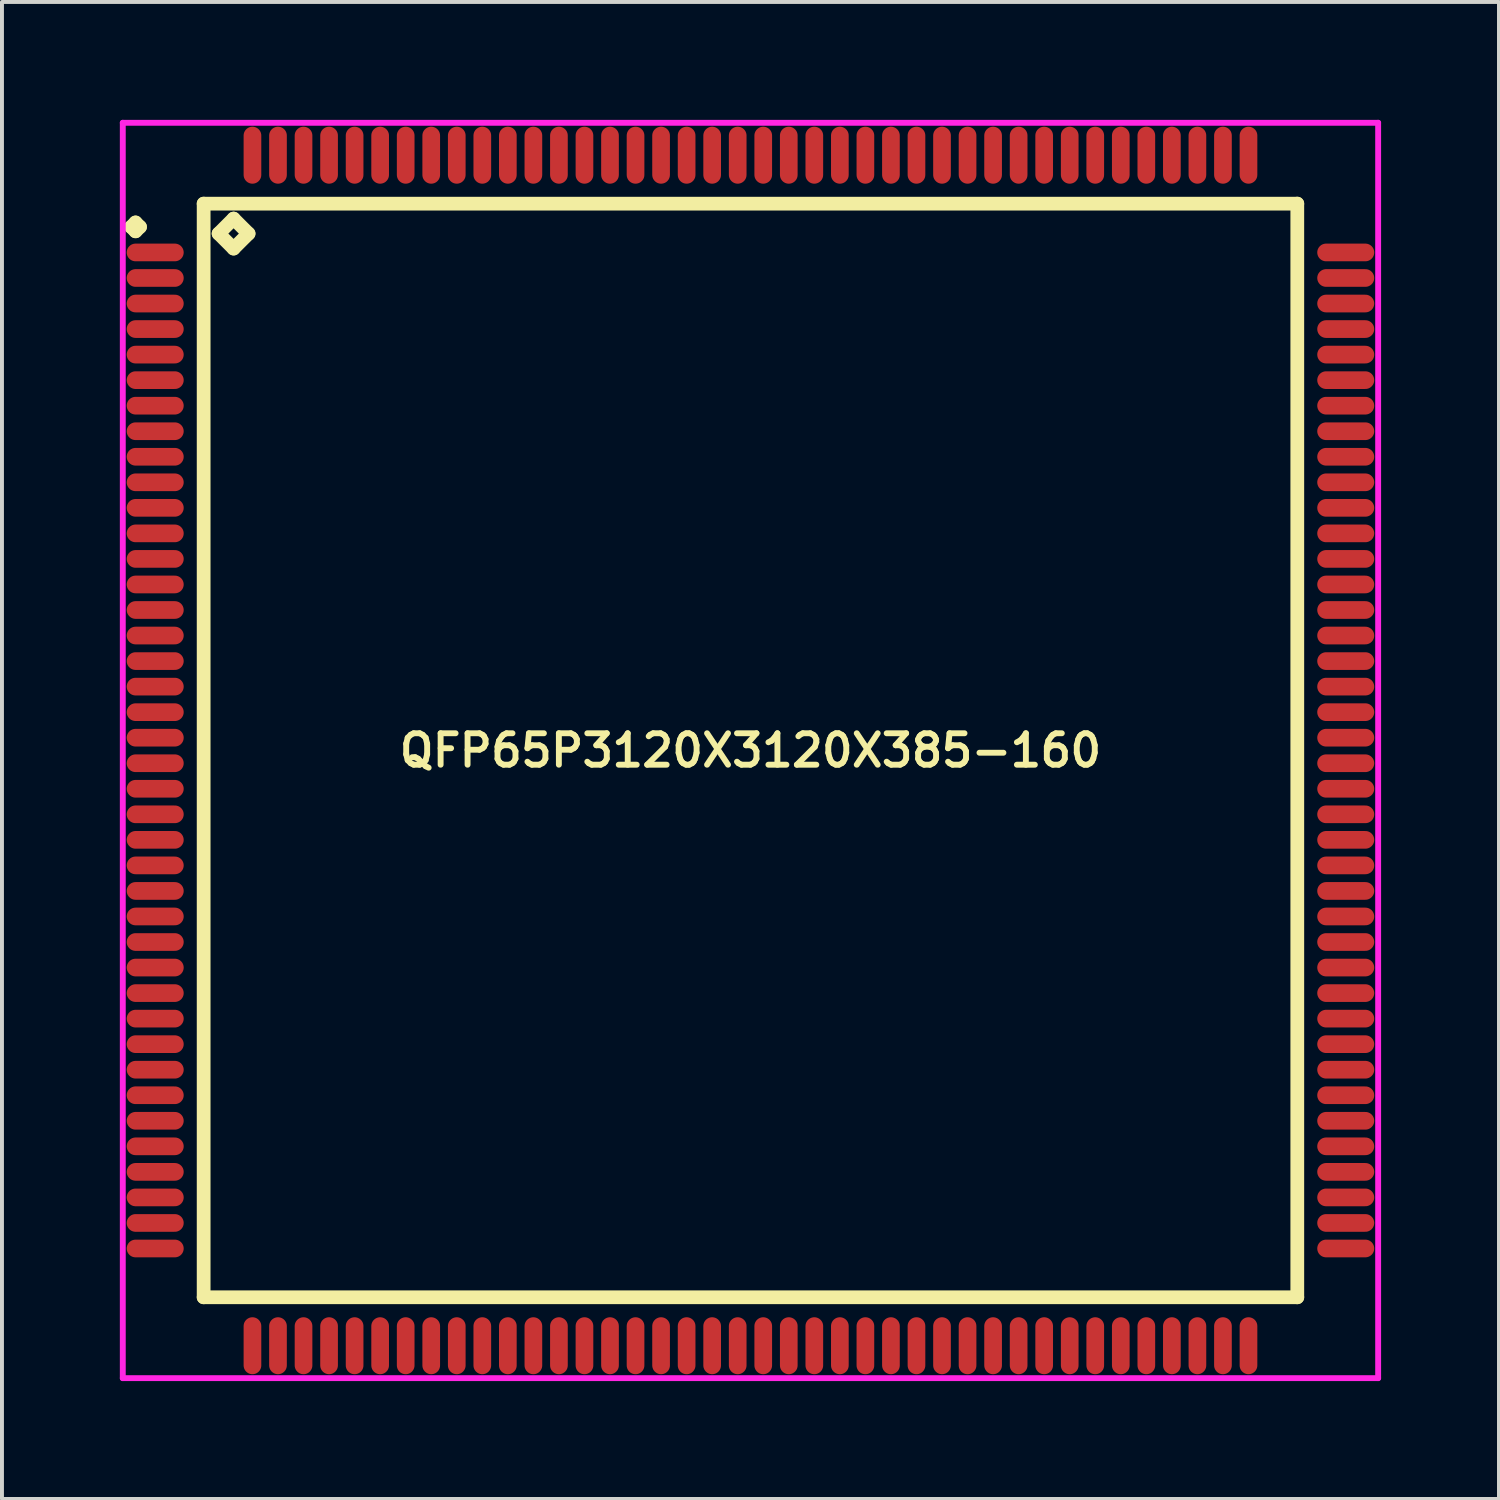
<source format=kicad_pcb>
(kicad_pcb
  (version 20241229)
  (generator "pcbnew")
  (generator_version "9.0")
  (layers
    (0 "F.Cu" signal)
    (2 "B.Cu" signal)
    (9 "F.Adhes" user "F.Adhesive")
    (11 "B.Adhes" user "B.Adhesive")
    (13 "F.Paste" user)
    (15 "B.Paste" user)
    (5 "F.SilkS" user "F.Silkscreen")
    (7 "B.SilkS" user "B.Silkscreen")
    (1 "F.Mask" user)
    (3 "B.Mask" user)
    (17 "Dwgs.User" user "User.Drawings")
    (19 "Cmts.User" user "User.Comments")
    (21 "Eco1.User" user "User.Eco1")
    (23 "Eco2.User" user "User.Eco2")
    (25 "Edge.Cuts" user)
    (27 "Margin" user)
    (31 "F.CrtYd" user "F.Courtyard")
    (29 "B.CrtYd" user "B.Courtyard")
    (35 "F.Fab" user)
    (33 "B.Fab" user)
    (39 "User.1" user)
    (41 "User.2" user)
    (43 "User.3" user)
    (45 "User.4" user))
  (footprint "QFP65P3120X3120X385-160"
    (layer "F.Cu")
    (at 16.05 16.05)
    (property "Reference" "QFP65P3120X3120X385-160" (at 0 0 0) (layer "F.SilkS") (effects (font (size 0.8 0.8) (thickness 0.15))))
    (attr smd)
    (fp_line (start -15.762 -13.325) (end -15.65 -13.438) (stroke (width 0.35) (type solid)) (layer "F.SilkS"))
    (fp_line (start -15.65 -13.438) (end -15.537 -13.325) (stroke (width 0.35) (type solid)) (layer "F.SilkS"))
    (fp_line (start -15.65 -13.213) (end -15.762 -13.325) (stroke (width 0.35) (type solid)) (layer "F.SilkS"))
    (fp_line (start -15.537 -13.325) (end -15.65 -13.213) (stroke (width 0.35) (type solid)) (layer "F.SilkS"))
    (fp_line (start -13.917 -13.917) (end -13.917 13.917) (stroke (width 0.35) (type solid)) (layer "F.SilkS"))
    (fp_line (start -13.917 13.917) (end 13.917 13.917) (stroke (width 0.35) (type solid)) (layer "F.SilkS"))
    (fp_line (start -13.536 -13.155) (end -13.155 -13.536) (stroke (width 0.35) (type solid)) (layer "F.SilkS"))
    (fp_line (start -13.155 -13.536) (end -12.774 -13.155) (stroke (width 0.35) (type solid)) (layer "F.SilkS"))
    (fp_line (start -13.155 -12.774) (end -13.536 -13.155) (stroke (width 0.35) (type solid)) (layer "F.SilkS"))
    (fp_line (start -12.774 -13.155) (end -13.155 -12.774) (stroke (width 0.35) (type solid)) (layer "F.SilkS"))
    (fp_line (start 13.917 -13.917) (end -13.917 -13.917) (stroke (width 0.35) (type solid)) (layer "F.SilkS"))
    (fp_line (start 13.917 13.917) (end 13.917 -13.917) (stroke (width 0.35) (type solid)) (layer "F.SilkS"))
    (fp_line (start -15.975 -15.975) (end 15.975 -15.975) (stroke (width 0.15) (type solid)) (layer "F.CrtYd"))
    (fp_line (start -15.975 15.975) (end -15.975 -15.975) (stroke (width 0.15) (type solid)) (layer "F.CrtYd"))
    (fp_line (start 15.975 -15.975) (end 15.975 15.975) (stroke (width 0.15) (type solid)) (layer "F.CrtYd"))
    (fp_line (start 15.975 15.975) (end -15.975 15.975) (stroke (width 0.15) (type solid)) (layer "F.CrtYd"))
    (pad "1" smd oval (at -15.15 -12.675) (size 1.45 0.45) (layers "F.Cu" "F.Mask" "F.Paste"))
    (pad "2" smd oval (at -15.15 -12.025) (size 1.45 0.45) (layers "F.Cu" "F.Mask" "F.Paste"))
    (pad "3" smd oval (at -15.15 -11.375) (size 1.45 0.45) (layers "F.Cu" "F.Mask" "F.Paste"))
    (pad "4" smd oval (at -15.15 -10.725) (size 1.45 0.45) (layers "F.Cu" "F.Mask" "F.Paste"))
    (pad "5" smd oval (at -15.15 -10.075) (size 1.45 0.45) (layers "F.Cu" "F.Mask" "F.Paste"))
    (pad "6" smd oval (at -15.15 -9.425) (size 1.45 0.45) (layers "F.Cu" "F.Mask" "F.Paste"))
    (pad "7" smd oval (at -15.15 -8.775) (size 1.45 0.45) (layers "F.Cu" "F.Mask" "F.Paste"))
    (pad "8" smd oval (at -15.15 -8.125) (size 1.45 0.45) (layers "F.Cu" "F.Mask" "F.Paste"))
    (pad "9" smd oval (at -15.15 -7.475) (size 1.45 0.45) (layers "F.Cu" "F.Mask" "F.Paste"))
    (pad "10" smd oval (at -15.15 -6.825) (size 1.45 0.45) (layers "F.Cu" "F.Mask" "F.Paste"))
    (pad "11" smd oval (at -15.15 -6.175) (size 1.45 0.45) (layers "F.Cu" "F.Mask" "F.Paste"))
    (pad "12" smd oval (at -15.15 -5.525) (size 1.45 0.45) (layers "F.Cu" "F.Mask" "F.Paste"))
    (pad "13" smd oval (at -15.15 -4.875) (size 1.45 0.45) (layers "F.Cu" "F.Mask" "F.Paste"))
    (pad "14" smd oval (at -15.15 -4.225) (size 1.45 0.45) (layers "F.Cu" "F.Mask" "F.Paste"))
    (pad "15" smd oval (at -15.15 -3.575) (size 1.45 0.45) (layers "F.Cu" "F.Mask" "F.Paste"))
    (pad "16" smd oval (at -15.15 -2.925) (size 1.45 0.45) (layers "F.Cu" "F.Mask" "F.Paste"))
    (pad "17" smd oval (at -15.15 -2.275) (size 1.45 0.45) (layers "F.Cu" "F.Mask" "F.Paste"))
    (pad "18" smd oval (at -15.15 -1.625) (size 1.45 0.45) (layers "F.Cu" "F.Mask" "F.Paste"))
    (pad "19" smd oval (at -15.15 -0.975) (size 1.45 0.45) (layers "F.Cu" "F.Mask" "F.Paste"))
    (pad "20" smd oval (at -15.15 -0.325) (size 1.45 0.45) (layers "F.Cu" "F.Mask" "F.Paste"))
    (pad "21" smd oval (at -15.15 0.325) (size 1.45 0.45) (layers "F.Cu" "F.Mask" "F.Paste"))
    (pad "22" smd oval (at -15.15 0.975) (size 1.45 0.45) (layers "F.Cu" "F.Mask" "F.Paste"))
    (pad "23" smd oval (at -15.15 1.625) (size 1.45 0.45) (layers "F.Cu" "F.Mask" "F.Paste"))
    (pad "24" smd oval (at -15.15 2.275) (size 1.45 0.45) (layers "F.Cu" "F.Mask" "F.Paste"))
    (pad "25" smd oval (at -15.15 2.925) (size 1.45 0.45) (layers "F.Cu" "F.Mask" "F.Paste"))
    (pad "26" smd oval (at -15.15 3.575) (size 1.45 0.45) (layers "F.Cu" "F.Mask" "F.Paste"))
    (pad "27" smd oval (at -15.15 4.225) (size 1.45 0.45) (layers "F.Cu" "F.Mask" "F.Paste"))
    (pad "28" smd oval (at -15.15 4.875) (size 1.45 0.45) (layers "F.Cu" "F.Mask" "F.Paste"))
    (pad "29" smd oval (at -15.15 5.525) (size 1.45 0.45) (layers "F.Cu" "F.Mask" "F.Paste"))
    (pad "30" smd oval (at -15.15 6.175) (size 1.45 0.45) (layers "F.Cu" "F.Mask" "F.Paste"))
    (pad "31" smd oval (at -15.15 6.825) (size 1.45 0.45) (layers "F.Cu" "F.Mask" "F.Paste"))
    (pad "32" smd oval (at -15.15 7.475) (size 1.45 0.45) (layers "F.Cu" "F.Mask" "F.Paste"))
    (pad "33" smd oval (at -15.15 8.125) (size 1.45 0.45) (layers "F.Cu" "F.Mask" "F.Paste"))
    (pad "34" smd oval (at -15.15 8.775) (size 1.45 0.45) (layers "F.Cu" "F.Mask" "F.Paste"))
    (pad "35" smd oval (at -15.15 9.425) (size 1.45 0.45) (layers "F.Cu" "F.Mask" "F.Paste"))
    (pad "36" smd oval (at -15.15 10.075) (size 1.45 0.45) (layers "F.Cu" "F.Mask" "F.Paste"))
    (pad "37" smd oval (at -15.15 10.725) (size 1.45 0.45) (layers "F.Cu" "F.Mask" "F.Paste"))
    (pad "38" smd oval (at -15.15 11.375) (size 1.45 0.45) (layers "F.Cu" "F.Mask" "F.Paste"))
    (pad "39" smd oval (at -15.15 12.025) (size 1.45 0.45) (layers "F.Cu" "F.Mask" "F.Paste"))
    (pad "40" smd oval (at -15.15 12.675) (size 1.45 0.45) (layers "F.Cu" "F.Mask" "F.Paste"))
    (pad "41" smd oval (at -12.675 15.15) (size 0.45 1.45) (layers "F.Cu" "F.Mask" "F.Paste"))
    (pad "42" smd oval (at -12.025 15.15) (size 0.45 1.45) (layers "F.Cu" "F.Mask" "F.Paste"))
    (pad "43" smd oval (at -11.375 15.15) (size 0.45 1.45) (layers "F.Cu" "F.Mask" "F.Paste"))
    (pad "44" smd oval (at -10.725 15.15) (size 0.45 1.45) (layers "F.Cu" "F.Mask" "F.Paste"))
    (pad "45" smd oval (at -10.075 15.15) (size 0.45 1.45) (layers "F.Cu" "F.Mask" "F.Paste"))
    (pad "46" smd oval (at -9.425 15.15) (size 0.45 1.45) (layers "F.Cu" "F.Mask" "F.Paste"))
    (pad "47" smd oval (at -8.775 15.15) (size 0.45 1.45) (layers "F.Cu" "F.Mask" "F.Paste"))
    (pad "48" smd oval (at -8.125 15.15) (size 0.45 1.45) (layers "F.Cu" "F.Mask" "F.Paste"))
    (pad "49" smd oval (at -7.475 15.15) (size 0.45 1.45) (layers "F.Cu" "F.Mask" "F.Paste"))
    (pad "50" smd oval (at -6.825 15.15) (size 0.45 1.45) (layers "F.Cu" "F.Mask" "F.Paste"))
    (pad "51" smd oval (at -6.175 15.15) (size 0.45 1.45) (layers "F.Cu" "F.Mask" "F.Paste"))
    (pad "52" smd oval (at -5.525 15.15) (size 0.45 1.45) (layers "F.Cu" "F.Mask" "F.Paste"))
    (pad "53" smd oval (at -4.875 15.15) (size 0.45 1.45) (layers "F.Cu" "F.Mask" "F.Paste"))
    (pad "54" smd oval (at -4.225 15.15) (size 0.45 1.45) (layers "F.Cu" "F.Mask" "F.Paste"))
    (pad "55" smd oval (at -3.575 15.15) (size 0.45 1.45) (layers "F.Cu" "F.Mask" "F.Paste"))
    (pad "56" smd oval (at -2.925 15.15) (size 0.45 1.45) (layers "F.Cu" "F.Mask" "F.Paste"))
    (pad "57" smd oval (at -2.275 15.15) (size 0.45 1.45) (layers "F.Cu" "F.Mask" "F.Paste"))
    (pad "58" smd oval (at -1.625 15.15) (size 0.45 1.45) (layers "F.Cu" "F.Mask" "F.Paste"))
    (pad "59" smd oval (at -0.975 15.15) (size 0.45 1.45) (layers "F.Cu" "F.Mask" "F.Paste"))
    (pad "60" smd oval (at -0.325 15.15) (size 0.45 1.45) (layers "F.Cu" "F.Mask" "F.Paste"))
    (pad "61" smd oval (at 0.325 15.15) (size 0.45 1.45) (layers "F.Cu" "F.Mask" "F.Paste"))
    (pad "62" smd oval (at 0.975 15.15) (size 0.45 1.45) (layers "F.Cu" "F.Mask" "F.Paste"))
    (pad "63" smd oval (at 1.625 15.15) (size 0.45 1.45) (layers "F.Cu" "F.Mask" "F.Paste"))
    (pad "64" smd oval (at 2.275 15.15) (size 0.45 1.45) (layers "F.Cu" "F.Mask" "F.Paste"))
    (pad "65" smd oval (at 2.925 15.15) (size 0.45 1.45) (layers "F.Cu" "F.Mask" "F.Paste"))
    (pad "66" smd oval (at 3.575 15.15) (size 0.45 1.45) (layers "F.Cu" "F.Mask" "F.Paste"))
    (pad "67" smd oval (at 4.225 15.15) (size 0.45 1.45) (layers "F.Cu" "F.Mask" "F.Paste"))
    (pad "68" smd oval (at 4.875 15.15) (size 0.45 1.45) (layers "F.Cu" "F.Mask" "F.Paste"))
    (pad "69" smd oval (at 5.525 15.15) (size 0.45 1.45) (layers "F.Cu" "F.Mask" "F.Paste"))
    (pad "70" smd oval (at 6.175 15.15) (size 0.45 1.45) (layers "F.Cu" "F.Mask" "F.Paste"))
    (pad "71" smd oval (at 6.825 15.15) (size 0.45 1.45) (layers "F.Cu" "F.Mask" "F.Paste"))
    (pad "72" smd oval (at 7.475 15.15) (size 0.45 1.45) (layers "F.Cu" "F.Mask" "F.Paste"))
    (pad "73" smd oval (at 8.125 15.15) (size 0.45 1.45) (layers "F.Cu" "F.Mask" "F.Paste"))
    (pad "74" smd oval (at 8.775 15.15) (size 0.45 1.45) (layers "F.Cu" "F.Mask" "F.Paste"))
    (pad "75" smd oval (at 9.425 15.15) (size 0.45 1.45) (layers "F.Cu" "F.Mask" "F.Paste"))
    (pad "76" smd oval (at 10.075 15.15) (size 0.45 1.45) (layers "F.Cu" "F.Mask" "F.Paste"))
    (pad "77" smd oval (at 10.725 15.15) (size 0.45 1.45) (layers "F.Cu" "F.Mask" "F.Paste"))
    (pad "78" smd oval (at 11.375 15.15) (size 0.45 1.45) (layers "F.Cu" "F.Mask" "F.Paste"))
    (pad "79" smd oval (at 12.025 15.15) (size 0.45 1.45) (layers "F.Cu" "F.Mask" "F.Paste"))
    (pad "80" smd oval (at 12.675 15.15) (size 0.45 1.45) (layers "F.Cu" "F.Mask" "F.Paste"))
    (pad "81" smd oval (at 15.15 12.675) (size 1.45 0.45) (layers "F.Cu" "F.Mask" "F.Paste"))
    (pad "82" smd oval (at 15.15 12.025) (size 1.45 0.45) (layers "F.Cu" "F.Mask" "F.Paste"))
    (pad "83" smd oval (at 15.15 11.375) (size 1.45 0.45) (layers "F.Cu" "F.Mask" "F.Paste"))
    (pad "84" smd oval (at 15.15 10.725) (size 1.45 0.45) (layers "F.Cu" "F.Mask" "F.Paste"))
    (pad "85" smd oval (at 15.15 10.075) (size 1.45 0.45) (layers "F.Cu" "F.Mask" "F.Paste"))
    (pad "86" smd oval (at 15.15 9.425) (size 1.45 0.45) (layers "F.Cu" "F.Mask" "F.Paste"))
    (pad "87" smd oval (at 15.15 8.775) (size 1.45 0.45) (layers "F.Cu" "F.Mask" "F.Paste"))
    (pad "88" smd oval (at 15.15 8.125) (size 1.45 0.45) (layers "F.Cu" "F.Mask" "F.Paste"))
    (pad "89" smd oval (at 15.15 7.475) (size 1.45 0.45) (layers "F.Cu" "F.Mask" "F.Paste"))
    (pad "90" smd oval (at 15.15 6.825) (size 1.45 0.45) (layers "F.Cu" "F.Mask" "F.Paste"))
    (pad "91" smd oval (at 15.15 6.175) (size 1.45 0.45) (layers "F.Cu" "F.Mask" "F.Paste"))
    (pad "92" smd oval (at 15.15 5.525) (size 1.45 0.45) (layers "F.Cu" "F.Mask" "F.Paste"))
    (pad "93" smd oval (at 15.15 4.875) (size 1.45 0.45) (layers "F.Cu" "F.Mask" "F.Paste"))
    (pad "94" smd oval (at 15.15 4.225) (size 1.45 0.45) (layers "F.Cu" "F.Mask" "F.Paste"))
    (pad "95" smd oval (at 15.15 3.575) (size 1.45 0.45) (layers "F.Cu" "F.Mask" "F.Paste"))
    (pad "96" smd oval (at 15.15 2.925) (size 1.45 0.45) (layers "F.Cu" "F.Mask" "F.Paste"))
    (pad "97" smd oval (at 15.15 2.275) (size 1.45 0.45) (layers "F.Cu" "F.Mask" "F.Paste"))
    (pad "98" smd oval (at 15.15 1.625) (size 1.45 0.45) (layers "F.Cu" "F.Mask" "F.Paste"))
    (pad "99" smd oval (at 15.15 0.975) (size 1.45 0.45) (layers "F.Cu" "F.Mask" "F.Paste"))
    (pad "100" smd oval (at 15.15 0.325) (size 1.45 0.45) (layers "F.Cu" "F.Mask" "F.Paste"))
    (pad "101" smd oval (at 15.15 -0.325) (size 1.45 0.45) (layers "F.Cu" "F.Mask" "F.Paste"))
    (pad "102" smd oval (at 15.15 -0.975) (size 1.45 0.45) (layers "F.Cu" "F.Mask" "F.Paste"))
    (pad "103" smd oval (at 15.15 -1.625) (size 1.45 0.45) (layers "F.Cu" "F.Mask" "F.Paste"))
    (pad "104" smd oval (at 15.15 -2.275) (size 1.45 0.45) (layers "F.Cu" "F.Mask" "F.Paste"))
    (pad "105" smd oval (at 15.15 -2.925) (size 1.45 0.45) (layers "F.Cu" "F.Mask" "F.Paste"))
    (pad "106" smd oval (at 15.15 -3.575) (size 1.45 0.45) (layers "F.Cu" "F.Mask" "F.Paste"))
    (pad "107" smd oval (at 15.15 -4.225) (size 1.45 0.45) (layers "F.Cu" "F.Mask" "F.Paste"))
    (pad "108" smd oval (at 15.15 -4.875) (size 1.45 0.45) (layers "F.Cu" "F.Mask" "F.Paste"))
    (pad "109" smd oval (at 15.15 -5.525) (size 1.45 0.45) (layers "F.Cu" "F.Mask" "F.Paste"))
    (pad "110" smd oval (at 15.15 -6.175) (size 1.45 0.45) (layers "F.Cu" "F.Mask" "F.Paste"))
    (pad "111" smd oval (at 15.15 -6.825) (size 1.45 0.45) (layers "F.Cu" "F.Mask" "F.Paste"))
    (pad "112" smd oval (at 15.15 -7.475) (size 1.45 0.45) (layers "F.Cu" "F.Mask" "F.Paste"))
    (pad "113" smd oval (at 15.15 -8.125) (size 1.45 0.45) (layers "F.Cu" "F.Mask" "F.Paste"))
    (pad "114" smd oval (at 15.15 -8.775) (size 1.45 0.45) (layers "F.Cu" "F.Mask" "F.Paste"))
    (pad "115" smd oval (at 15.15 -9.425) (size 1.45 0.45) (layers "F.Cu" "F.Mask" "F.Paste"))
    (pad "116" smd oval (at 15.15 -10.075) (size 1.45 0.45) (layers "F.Cu" "F.Mask" "F.Paste"))
    (pad "117" smd oval (at 15.15 -10.725) (size 1.45 0.45) (layers "F.Cu" "F.Mask" "F.Paste"))
    (pad "118" smd oval (at 15.15 -11.375) (size 1.45 0.45) (layers "F.Cu" "F.Mask" "F.Paste"))
    (pad "119" smd oval (at 15.15 -12.025) (size 1.45 0.45) (layers "F.Cu" "F.Mask" "F.Paste"))
    (pad "120" smd oval (at 15.15 -12.675) (size 1.45 0.45) (layers "F.Cu" "F.Mask" "F.Paste"))
    (pad "121" smd oval (at 12.675 -15.15) (size 0.45 1.45) (layers "F.Cu" "F.Mask" "F.Paste"))
    (pad "122" smd oval (at 12.025 -15.15) (size 0.45 1.45) (layers "F.Cu" "F.Mask" "F.Paste"))
    (pad "123" smd oval (at 11.375 -15.15) (size 0.45 1.45) (layers "F.Cu" "F.Mask" "F.Paste"))
    (pad "124" smd oval (at 10.725 -15.15) (size 0.45 1.45) (layers "F.Cu" "F.Mask" "F.Paste"))
    (pad "125" smd oval (at 10.075 -15.15) (size 0.45 1.45) (layers "F.Cu" "F.Mask" "F.Paste"))
    (pad "126" smd oval (at 9.425 -15.15) (size 0.45 1.45) (layers "F.Cu" "F.Mask" "F.Paste"))
    (pad "127" smd oval (at 8.775 -15.15) (size 0.45 1.45) (layers "F.Cu" "F.Mask" "F.Paste"))
    (pad "128" smd oval (at 8.125 -15.15) (size 0.45 1.45) (layers "F.Cu" "F.Mask" "F.Paste"))
    (pad "129" smd oval (at 7.475 -15.15) (size 0.45 1.45) (layers "F.Cu" "F.Mask" "F.Paste"))
    (pad "130" smd oval (at 6.825 -15.15) (size 0.45 1.45) (layers "F.Cu" "F.Mask" "F.Paste"))
    (pad "131" smd oval (at 6.175 -15.15) (size 0.45 1.45) (layers "F.Cu" "F.Mask" "F.Paste"))
    (pad "132" smd oval (at 5.525 -15.15) (size 0.45 1.45) (layers "F.Cu" "F.Mask" "F.Paste"))
    (pad "133" smd oval (at 4.875 -15.15) (size 0.45 1.45) (layers "F.Cu" "F.Mask" "F.Paste"))
    (pad "134" smd oval (at 4.225 -15.15) (size 0.45 1.45) (layers "F.Cu" "F.Mask" "F.Paste"))
    (pad "135" smd oval (at 3.575 -15.15) (size 0.45 1.45) (layers "F.Cu" "F.Mask" "F.Paste"))
    (pad "136" smd oval (at 2.925 -15.15) (size 0.45 1.45) (layers "F.Cu" "F.Mask" "F.Paste"))
    (pad "137" smd oval (at 2.275 -15.15) (size 0.45 1.45) (layers "F.Cu" "F.Mask" "F.Paste"))
    (pad "138" smd oval (at 1.625 -15.15) (size 0.45 1.45) (layers "F.Cu" "F.Mask" "F.Paste"))
    (pad "139" smd oval (at 0.975 -15.15) (size 0.45 1.45) (layers "F.Cu" "F.Mask" "F.Paste"))
    (pad "140" smd oval (at 0.325 -15.15) (size 0.45 1.45) (layers "F.Cu" "F.Mask" "F.Paste"))
    (pad "141" smd oval (at -0.325 -15.15) (size 0.45 1.45) (layers "F.Cu" "F.Mask" "F.Paste"))
    (pad "142" smd oval (at -0.975 -15.15) (size 0.45 1.45) (layers "F.Cu" "F.Mask" "F.Paste"))
    (pad "143" smd oval (at -1.625 -15.15) (size 0.45 1.45) (layers "F.Cu" "F.Mask" "F.Paste"))
    (pad "144" smd oval (at -2.275 -15.15) (size 0.45 1.45) (layers "F.Cu" "F.Mask" "F.Paste"))
    (pad "145" smd oval (at -2.925 -15.15) (size 0.45 1.45) (layers "F.Cu" "F.Mask" "F.Paste"))
    (pad "146" smd oval (at -3.575 -15.15) (size 0.45 1.45) (layers "F.Cu" "F.Mask" "F.Paste"))
    (pad "147" smd oval (at -4.225 -15.15) (size 0.45 1.45) (layers "F.Cu" "F.Mask" "F.Paste"))
    (pad "148" smd oval (at -4.875 -15.15) (size 0.45 1.45) (layers "F.Cu" "F.Mask" "F.Paste"))
    (pad "149" smd oval (at -5.525 -15.15) (size 0.45 1.45) (layers "F.Cu" "F.Mask" "F.Paste"))
    (pad "150" smd oval (at -6.175 -15.15) (size 0.45 1.45) (layers "F.Cu" "F.Mask" "F.Paste"))
    (pad "151" smd oval (at -6.825 -15.15) (size 0.45 1.45) (layers "F.Cu" "F.Mask" "F.Paste"))
    (pad "152" smd oval (at -7.475 -15.15) (size 0.45 1.45) (layers "F.Cu" "F.Mask" "F.Paste"))
    (pad "153" smd oval (at -8.125 -15.15) (size 0.45 1.45) (layers "F.Cu" "F.Mask" "F.Paste"))
    (pad "154" smd oval (at -8.775 -15.15) (size 0.45 1.45) (layers "F.Cu" "F.Mask" "F.Paste"))
    (pad "155" smd oval (at -9.425 -15.15) (size 0.45 1.45) (layers "F.Cu" "F.Mask" "F.Paste"))
    (pad "156" smd oval (at -10.075 -15.15) (size 0.45 1.45) (layers "F.Cu" "F.Mask" "F.Paste"))
    (pad "157" smd oval (at -10.725 -15.15) (size 0.45 1.45) (layers "F.Cu" "F.Mask" "F.Paste"))
    (pad "158" smd oval (at -11.375 -15.15) (size 0.45 1.45) (layers "F.Cu" "F.Mask" "F.Paste"))
    (pad "159" smd oval (at -12.025 -15.15) (size 0.45 1.45) (layers "F.Cu" "F.Mask" "F.Paste"))
    (pad "160" smd oval (at -12.675 -15.15) (size 0.45 1.45) (layers "F.Cu" "F.Mask" "F.Paste")))
  (gr_rect
    (start -3 -3)
    (end 35.1 35.1)
    (stroke (width 0.1) (type default))
    (fill no)
    (layer "Edge.Cuts")))
</source>
